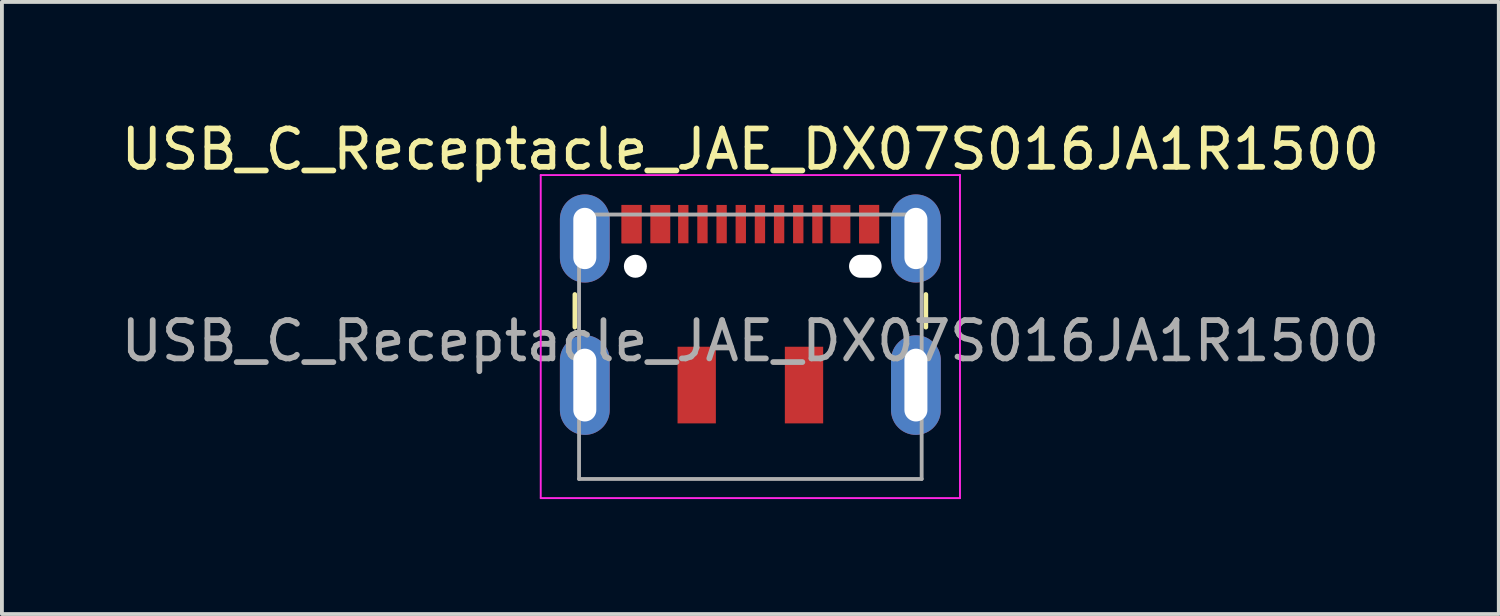
<source format=kicad_pcb>
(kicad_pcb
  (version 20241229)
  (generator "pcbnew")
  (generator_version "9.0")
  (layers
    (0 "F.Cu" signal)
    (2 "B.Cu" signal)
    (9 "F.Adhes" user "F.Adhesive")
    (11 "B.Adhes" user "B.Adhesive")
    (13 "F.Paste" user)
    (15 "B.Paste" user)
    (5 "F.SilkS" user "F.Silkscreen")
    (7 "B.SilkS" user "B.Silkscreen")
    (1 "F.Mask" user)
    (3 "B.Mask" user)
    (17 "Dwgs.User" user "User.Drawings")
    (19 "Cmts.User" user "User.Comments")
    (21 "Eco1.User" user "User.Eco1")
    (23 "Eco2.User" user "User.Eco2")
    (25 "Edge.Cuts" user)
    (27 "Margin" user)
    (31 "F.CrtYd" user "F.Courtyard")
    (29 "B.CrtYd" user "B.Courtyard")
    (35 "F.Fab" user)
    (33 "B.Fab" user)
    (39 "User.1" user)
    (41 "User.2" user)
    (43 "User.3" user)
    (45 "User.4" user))
  (footprint "USB_C_Receptacle_JAE_DX07S016JA1R1500"
    (layer "F.Cu")
    (at 16.53 5.848)
    (property "Reference" "USB_C_Receptacle_JAE_DX07S016JA1R1500" (at 0 -5 0) (layer "F.SilkS") (effects (font (size 1 1) (thickness 0.15))))
    (attr smd)
    (fp_line (start -4.58 -1.215) (end -4.58 -0.36) (stroke (width 0.12) (type solid)) (layer "F.SilkS"))
    (fp_line (start 4.58 -1.215) (end 4.58 -0.36) (stroke (width 0.12) (type solid)) (layer "F.SilkS"))
    (fp_line (start -5.47 -4.33) (end -5.47 4.1) (stroke (width 0.05) (type solid)) (layer "F.CrtYd"))
    (fp_line (start -5.47 -4.33) (end 5.47 -4.33) (stroke (width 0.05) (type solid)) (layer "F.CrtYd"))
    (fp_line (start -5.47 4.1) (end 5.47 4.1) (stroke (width 0.05) (type solid)) (layer "F.CrtYd"))
    (fp_line (start 5.47 -4.33) (end 5.47 4.1) (stroke (width 0.05) (type solid)) (layer "F.CrtYd"))
    (fp_line (start -4.47 -3.3) (end -4.47 3.6) (stroke (width 0.1) (type solid)) (layer "F.Fab"))
    (fp_line (start -4.47 -3.3) (end 4.47 -3.3) (stroke (width 0.1) (type solid)) (layer "F.Fab"))
    (fp_line (start -4.47 3.6) (end 4.47 3.6) (stroke (width 0.1) (type solid)) (layer "F.Fab"))
    (fp_line (start 4.47 -3.3) (end 4.47 3.6) (stroke (width 0.1) (type solid)) (layer "F.Fab"))
    (fp_text user "${REFERENCE}" (at 0 0 0) (layer "F.Fab") (effects (font (size 1 1) (thickness 0.15))))
    (pad "" np_thru_hole circle (at -3 -1.95) (size 0.6 0.6) (drill 0.6) (layers "*.Cu" "*.Mask"))
    (pad "" smd rect (at -1.4 1.15) (size 1 2) (layers "F.Cu" "F.Mask" "F.Paste"))
    (pad "" smd rect (at 1.4 1.15) (size 1 2) (layers "F.Cu" "F.Mask" "F.Paste"))
    (pad "" np_thru_hole oval (at 3 -1.95) (size 0.85 0.6) (drill oval 0.85 0.6) (layers "*.Cu" "*.Mask"))
    (pad "A1" smd rect (at -3.1 -3.05) (size 0.52 1) (layers "F.Cu" "F.Mask" "F.Paste"))
    (pad "A4" smd rect (at -2.35 -3.05) (size 0.52 1) (layers "F.Cu" "F.Mask" "F.Paste"))
    (pad "A5" smd rect (at -1.75 -3.05) (size 0.27 1) (layers "F.Cu" "F.Mask" "F.Paste"))
    (pad "A6" smd rect (at -0.25 -3.05) (size 0.27 1) (layers "F.Cu" "F.Mask" "F.Paste"))
    (pad "A7" smd rect (at 0.75 -3.05) (size 0.27 1) (layers "F.Cu" "F.Mask" "F.Paste"))
    (pad "A8" smd rect (at 1.75 -3.05) (size 0.27 1) (layers "F.Cu" "F.Mask" "F.Paste"))
    (pad "A9" smd rect (at 2.35 -3.05) (size 0.52 1) (layers "F.Cu" "F.Mask" "F.Paste"))
    (pad "A12" smd rect (at 3.1 -3.05) (size 0.52 1) (layers "F.Cu" "F.Mask" "F.Paste"))
    (pad "B1" smd rect (at 3.1 -3.05) (size 0.52 1) (layers "F.Cu" "F.Mask" "F.Paste"))
    (pad "B5" smd rect (at 1.25 -3.05) (size 0.27 1) (layers "F.Cu" "F.Mask" "F.Paste"))
    (pad "B6" smd rect (at 0.25 -3.05) (size 0.27 1) (layers "F.Cu" "F.Mask" "F.Paste"))
    (pad "B7" smd rect (at -0.75 -3.05) (size 0.27 1) (layers "F.Cu" "F.Mask" "F.Paste"))
    (pad "B8" smd rect (at -1.25 -3.05) (size 0.27 1) (layers "F.Cu" "F.Mask" "F.Paste"))
    (pad "B12" smd rect (at -3.1 -3.05) (size 0.52 1) (layers "F.Cu" "F.Mask" "F.Paste"))
    (pad "S1" thru_hole oval (at -4.32 -2.675) (size 1.3 2.3) (drill oval 0.6 1.6) (property pad_prop_heatsink) (layers "*.Cu" "*.Mask"))
    (pad "S1" thru_hole oval (at -4.32 1.15) (size 1.3 2.6) (drill oval 0.6 1.9) (property pad_prop_heatsink) (layers "*.Cu" "*.Mask"))
    (pad "S1" thru_hole oval (at 4.32 -2.675) (size 1.3 2.3) (drill oval 0.6 1.6) (property pad_prop_heatsink) (layers "*.Cu" "*.Mask"))
    (pad "S1" thru_hole oval (at 4.32 1.15) (size 1.3 2.6) (drill oval 0.6 1.9) (property pad_prop_heatsink) (layers "*.Cu" "*.Mask")))
  (gr_rect
    (start -3 -3)
    (end 36.06 12.973)
    (stroke (width 0.1) (type default))
    (fill no)
    (layer "Edge.Cuts")))
</source>
